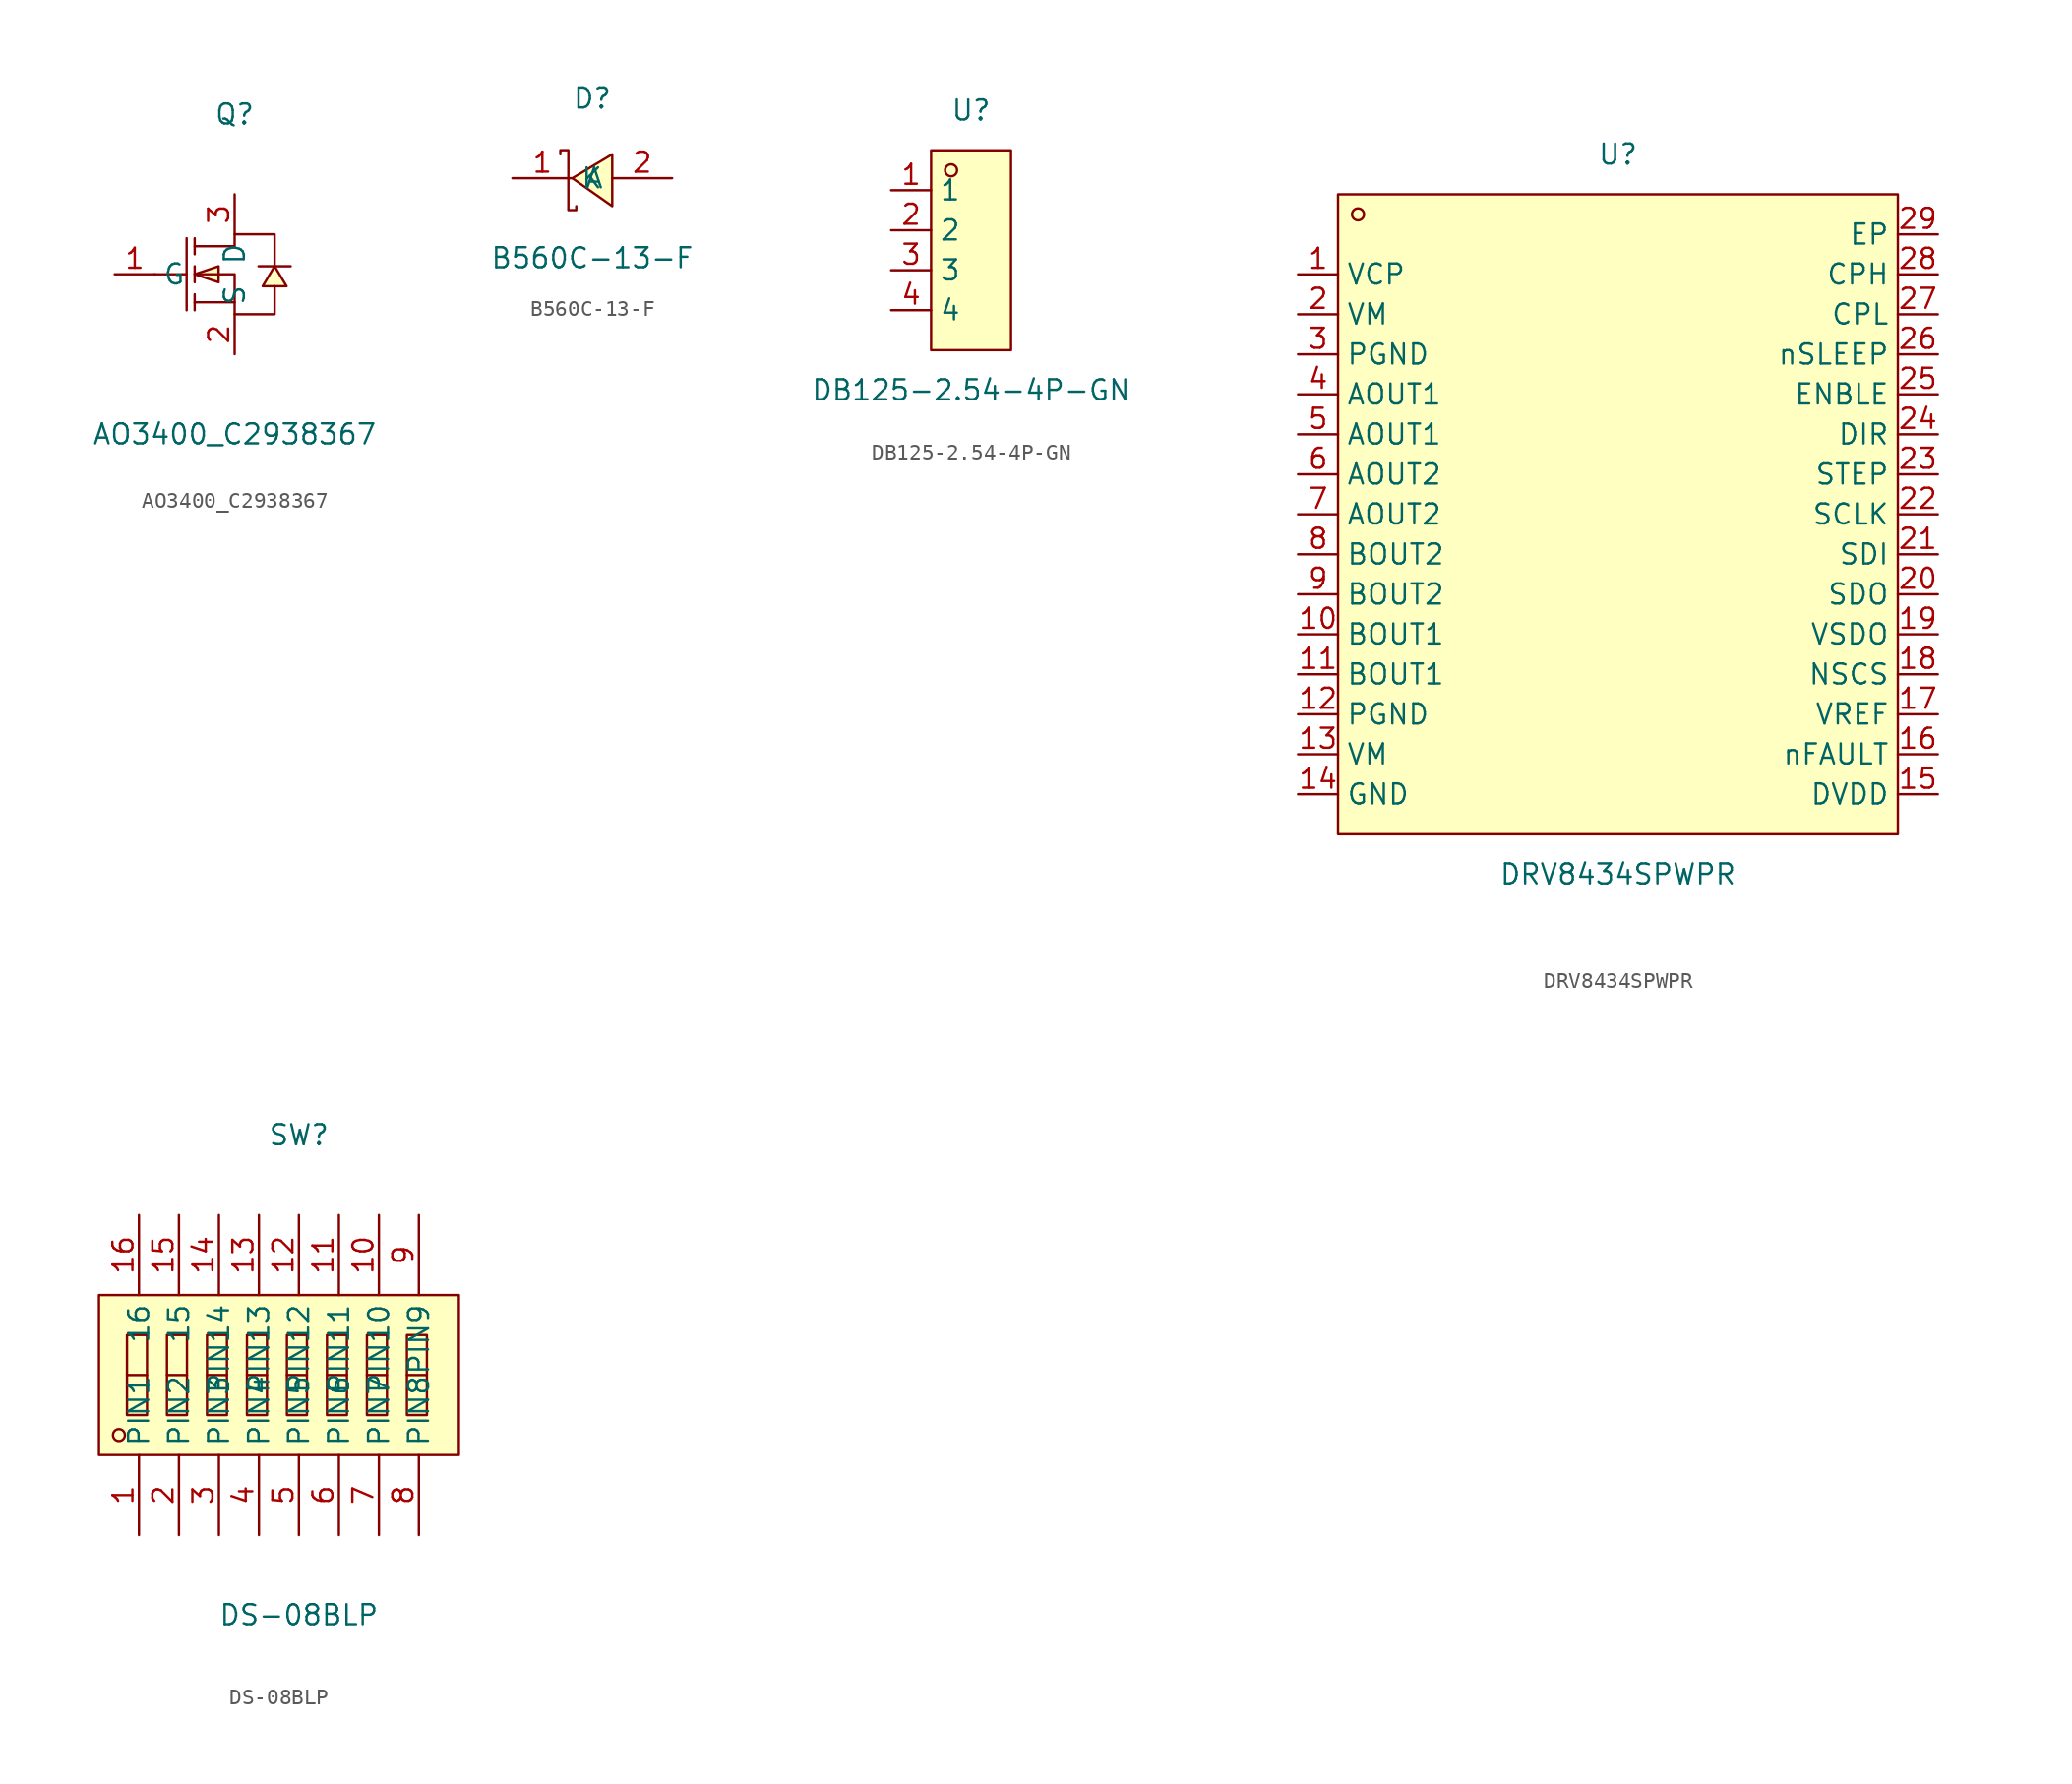
<source format=kicad_sym>
(kicad_symbol_lib
  (version 20211014)
  (generator https://github.com/uPesy/easyeda2kicad.py)
  (symbol "AO3400_C2938367"
    (property "Reference" "Q"
      (at 0 10.16 0)
      (effects (font (size 1.27 1.27))))
    (property "Value" "AO3400_C2938367"
      (at 0 -10.16 0)
      (effects (font (size 1.27 1.27))))
    (symbol "AO3400_C2938367_0_1"
      (polyline (pts (xy 3.56 0.51) (xy 3.05 0.51) (xy 2.03 0.51) (xy 1.52 0.51)) (stroke (width 0) (type default) (color 0 0 0 0)) (fill (type none)))
      (polyline (pts (xy -5.08 -0.00) (xy -3.05 -0.00)) (stroke (width 0) (type default) (color 0 0 0 0)) (fill (type none)))
      (polyline (pts (xy -2.54 -2.29) (xy -2.54 -1.27)) (stroke (width 0) (type default) (color 0 0 0 0)) (fill (type none)))
      (polyline (pts (xy -2.54 -0.51) (xy -2.54 0.51)) (stroke (width 0) (type default) (color 0 0 0 0)) (fill (type none)))
      (polyline (pts (xy -2.54 2.29) (xy -2.54 1.27)) (stroke (width 0) (type default) (color 0 0 0 0)) (fill (type none)))
      (polyline (pts (xy -3.05 2.29) (xy -3.05 -2.29)) (stroke (width 0) (type default) (color 0 0 0 0)) (fill (type none)))
      (polyline (pts (xy 0.00 -1.78) (xy -2.54 -1.78)) (stroke (width 0) (type default) (color 0 0 0 0)) (fill (type none)))
      (polyline (pts (xy -2.54 -0.00) (xy 0.00 -0.00) (xy 0.00 -2.54) (xy 2.54 -2.54) (xy 2.54 -0.76)) (stroke (width 0) (type default) (color 0 0 0 0)) (fill (type none)))
      (polyline (pts (xy -2.54 1.78) (xy 0.00 1.78) (xy 0.00 2.54) (xy 2.54 2.54) (xy 2.54 0.51)) (stroke (width 0) (type default) (color 0 0 0 0)) (fill (type none)))
      (polyline (pts (xy 2.54 0.51) (xy 1.78 -0.76) (xy 3.30 -0.76) (xy 2.54 0.51)) (stroke (width 0) (type default) (color 0 0 0 0)) (fill (type background)))
      (polyline (pts (xy -2.54 -0.00) (xy -1.02 -0.51) (xy -1.02 0.51) (xy -2.54 -0.00)) (stroke (width 0) (type default) (color 0 0 0 0)) (fill (type background)))
      (pin unspecified line (at 0.00 -5.08 90) (length 2.54) (name "S" (effects (font (size 1.27 1.27)))) (number "2" (effects (font (size 1.27 1.27)))))
      (pin unspecified line (at -7.62 -0.00 0) (length 2.54) (name "G" (effects (font (size 1.27 1.27)))) (number "1" (effects (font (size 1.27 1.27)))))
      (pin unspecified line (at 0.00 5.08 270) (length 2.54) (name "D" (effects (font (size 1.27 1.27)))) (number "3" (effects (font (size 1.27 1.27)))))))
  (symbol "B560C-13-F"
    (property "Reference" "D"
      (at 0 5.08 0)
      (effects (font (size 1.27 1.27))))
    (property "Value" "B560C-13-F"
      (at 0 -5.08 0)
      (effects (font (size 1.27 1.27))))
    (symbol "B560C-13-F_0_1"
      (polyline (pts (xy 1.27 1.52) (xy -1.27 -0.00) (xy 1.27 -1.78) (xy 1.27 1.52)) (stroke (width 0) (type default) (color 0 0 0 0)) (fill (type background)))
      (polyline (pts (xy -2.03 1.52) (xy -2.03 1.78) (xy -1.52 1.78) (xy -1.52 -2.03) (xy -1.02 -2.03) (xy -1.02 -1.78)) (stroke (width 0) (type default) (color 0 0 0 0)) (fill (type none)))
      (pin unspecified line (at 5.08 -0.00 180) (length 3.81) (name "A" (effects (font (size 1.27 1.27)))) (number "2" (effects (font (size 1.27 1.27)))))
      (pin unspecified line (at -5.08 -0.00 0) (length 3.81) (name "K" (effects (font (size 1.27 1.27)))) (number "1" (effects (font (size 1.27 1.27)))))))
  (symbol "DB125-2.54-4P-GN"
    (property "Reference" "U"
      (at 0 8.89 0)
      (effects (font (size 1.27 1.27))))
    (property "Value" "DB125-2.54-4P-GN"
      (at 0 -8.89 0)
      (effects (font (size 1.27 1.27))))
    (symbol "DB125-2.54-4P-GN_0_1"
      (rectangle (start -2.54 6.35) (end 2.54 -6.35) (stroke (width 0) (type default) (color 0 0 0 0)) (fill (type background)))
      (circle (center -1.27 5.08) (radius 0.38) (stroke (width 0) (type default) (color 0 0 0 0)) (fill (type none)))
      (pin unspecified line (at -5.08 3.81 0) (length 2.54) (name "1" (effects (font (size 1.27 1.27)))) (number "1" (effects (font (size 1.27 1.27)))))
      (pin unspecified line (at -5.08 1.27 0) (length 2.54) (name "2" (effects (font (size 1.27 1.27)))) (number "2" (effects (font (size 1.27 1.27)))))
      (pin unspecified line (at -5.08 -1.27 0) (length 2.54) (name "3" (effects (font (size 1.27 1.27)))) (number "3" (effects (font (size 1.27 1.27)))))
      (pin unspecified line (at -5.08 -3.81 0) (length 2.54) (name "4" (effects (font (size 1.27 1.27)))) (number "4" (effects (font (size 1.27 1.27)))))))
  (symbol "DRV8434SPWPR"
    (property "Reference" "U"
      (at 0 22.86 0)
      (effects (font (size 1.27 1.27))))
    (property "Value" "DRV8434SPWPR"
      (at 0 -22.86 0)
      (effects (font (size 1.27 1.27))))
    (symbol "DRV8434SPWPR_0_1"
      (rectangle (start -17.78 20.32) (end 17.78 -20.32) (stroke (width 0) (type default) (color 0 0 0 0)) (fill (type background)))
      (circle (center -16.51 19.05) (radius 0.38) (stroke (width 0) (type default) (color 0 0 0 0)) (fill (type none)))
      (pin unspecified line (at 20.32 17.78 180) (length 2.54) (name "EP" (effects (font (size 1.27 1.27)))) (number "29" (effects (font (size 1.27 1.27)))))
      (pin unspecified line (at 20.32 15.24 180) (length 2.54) (name "CPH" (effects (font (size 1.27 1.27)))) (number "28" (effects (font (size 1.27 1.27)))))
      (pin unspecified line (at 20.32 12.70 180) (length 2.54) (name "CPL" (effects (font (size 1.27 1.27)))) (number "27" (effects (font (size 1.27 1.27)))))
      (pin unspecified line (at 20.32 10.16 180) (length 2.54) (name "nSLEEP" (effects (font (size 1.27 1.27)))) (number "26" (effects (font (size 1.27 1.27)))))
      (pin unspecified line (at 20.32 7.62 180) (length 2.54) (name "ENBLE" (effects (font (size 1.27 1.27)))) (number "25" (effects (font (size 1.27 1.27)))))
      (pin unspecified line (at 20.32 5.08 180) (length 2.54) (name "DIR" (effects (font (size 1.27 1.27)))) (number "24" (effects (font (size 1.27 1.27)))))
      (pin unspecified line (at 20.32 2.54 180) (length 2.54) (name "STEP" (effects (font (size 1.27 1.27)))) (number "23" (effects (font (size 1.27 1.27)))))
      (pin unspecified line (at 20.32 -0.00 180) (length 2.54) (name "SCLK" (effects (font (size 1.27 1.27)))) (number "22" (effects (font (size 1.27 1.27)))))
      (pin unspecified line (at 20.32 -2.54 180) (length 2.54) (name "SDI" (effects (font (size 1.27 1.27)))) (number "21" (effects (font (size 1.27 1.27)))))
      (pin unspecified line (at 20.32 -5.08 180) (length 2.54) (name "SDO" (effects (font (size 1.27 1.27)))) (number "20" (effects (font (size 1.27 1.27)))))
      (pin unspecified line (at 20.32 -7.62 180) (length 2.54) (name "VSDO" (effects (font (size 1.27 1.27)))) (number "19" (effects (font (size 1.27 1.27)))))
      (pin unspecified line (at 20.32 -10.16 180) (length 2.54) (name "NSCS" (effects (font (size 1.27 1.27)))) (number "18" (effects (font (size 1.27 1.27)))))
      (pin unspecified line (at 20.32 -12.70 180) (length 2.54) (name "VREF" (effects (font (size 1.27 1.27)))) (number "17" (effects (font (size 1.27 1.27)))))
      (pin unspecified line (at 20.32 -15.24 180) (length 2.54) (name "nFAULT" (effects (font (size 1.27 1.27)))) (number "16" (effects (font (size 1.27 1.27)))))
      (pin unspecified line (at 20.32 -17.78 180) (length 2.54) (name "DVDD" (effects (font (size 1.27 1.27)))) (number "15" (effects (font (size 1.27 1.27)))))
      (pin unspecified line (at -20.32 -17.78 0) (length 2.54) (name "GND" (effects (font (size 1.27 1.27)))) (number "14" (effects (font (size 1.27 1.27)))))
      (pin unspecified line (at -20.32 -15.24 0) (length 2.54) (name "VM" (effects (font (size 1.27 1.27)))) (number "13" (effects (font (size 1.27 1.27)))))
      (pin unspecified line (at -20.32 -12.70 0) (length 2.54) (name "PGND" (effects (font (size 1.27 1.27)))) (number "12" (effects (font (size 1.27 1.27)))))
      (pin unspecified line (at -20.32 -10.16 0) (length 2.54) (name "BOUT1" (effects (font (size 1.27 1.27)))) (number "11" (effects (font (size 1.27 1.27)))))
      (pin unspecified line (at -20.32 -7.62 0) (length 2.54) (name "BOUT1" (effects (font (size 1.27 1.27)))) (number "10" (effects (font (size 1.27 1.27)))))
      (pin unspecified line (at -20.32 -5.08 0) (length 2.54) (name "BOUT2" (effects (font (size 1.27 1.27)))) (number "9" (effects (font (size 1.27 1.27)))))
      (pin unspecified line (at -20.32 -2.54 0) (length 2.54) (name "BOUT2" (effects (font (size 1.27 1.27)))) (number "8" (effects (font (size 1.27 1.27)))))
      (pin unspecified line (at -20.32 -0.00 0) (length 2.54) (name "AOUT2" (effects (font (size 1.27 1.27)))) (number "7" (effects (font (size 1.27 1.27)))))
      (pin unspecified line (at -20.32 2.54 0) (length 2.54) (name "AOUT2" (effects (font (size 1.27 1.27)))) (number "6" (effects (font (size 1.27 1.27)))))
      (pin unspecified line (at -20.32 5.08 0) (length 2.54) (name "AOUT1" (effects (font (size 1.27 1.27)))) (number "5" (effects (font (size 1.27 1.27)))))
      (pin unspecified line (at -20.32 7.62 0) (length 2.54) (name "AOUT1" (effects (font (size 1.27 1.27)))) (number "4" (effects (font (size 1.27 1.27)))))
      (pin unspecified line (at -20.32 10.16 0) (length 2.54) (name "PGND" (effects (font (size 1.27 1.27)))) (number "3" (effects (font (size 1.27 1.27)))))
      (pin unspecified line (at -20.32 12.70 0) (length 2.54) (name "VM" (effects (font (size 1.27 1.27)))) (number "2" (effects (font (size 1.27 1.27)))))
      (pin unspecified line (at -20.32 15.24 0) (length 2.54) (name "VCP" (effects (font (size 1.27 1.27)))) (number "1" (effects (font (size 1.27 1.27)))))))
  (symbol "DS-08BLP"
    (property "Reference" "SW"
      (at 0 15.24 0)
      (effects (font (size 1.27 1.27))))
    (property "Value" "DS-08BLP"
      (at 0 -15.24 0)
      (effects (font (size 1.27 1.27))))
    (symbol "DS-08BLP_0_1"
      (rectangle (start -12.70 5.08) (end 10.16 -5.08) (stroke (width 0) (type default) (color 0 0 0 0)) (fill (type background)))
      (rectangle (start -8.38 2.54) (end -7.11 -2.54) (stroke (width 0) (type default) (color 0 0 0 0)) (fill (type background)))
      (rectangle (start -5.84 2.54) (end -4.57 -2.54) (stroke (width 0) (type default) (color 0 0 0 0)) (fill (type background)))
      (rectangle (start -10.92 2.54) (end -9.65 -2.54) (stroke (width 0) (type default) (color 0 0 0 0)) (fill (type background)))
      (rectangle (start -3.30 2.54) (end -2.03 -2.54) (stroke (width 0) (type default) (color 0 0 0 0)) (fill (type background)))
      (rectangle (start -0.76 2.54) (end 0.51 -2.54) (stroke (width 0) (type default) (color 0 0 0 0)) (fill (type background)))
      (rectangle (start 1.78 2.54) (end 3.05 -2.54) (stroke (width 0) (type default) (color 0 0 0 0)) (fill (type background)))
      (rectangle (start 4.32 2.54) (end 5.59 -2.54) (stroke (width 0) (type default) (color 0 0 0 0)) (fill (type background)))
      (rectangle (start 6.86 2.54) (end 8.13 -2.54) (stroke (width 0) (type default) (color 0 0 0 0)) (fill (type background)))
      (circle (center -11.43 -3.81) (radius 0.38) (stroke (width 0) (type default) (color 0 0 0 0)) (fill (type none)))
      (polyline (pts (xy -8.38 -0.00) (xy -7.11 -0.00)) (stroke (width 0) (type default) (color 0 0 0 0)) (fill (type none)))
      (polyline (pts (xy -5.84 -0.00) (xy -4.57 -0.00)) (stroke (width 0) (type default) (color 0 0 0 0)) (fill (type none)))
      (polyline (pts (xy -10.92 -0.00) (xy -9.65 -0.00)) (stroke (width 0) (type default) (color 0 0 0 0)) (fill (type none)))
      (polyline (pts (xy -3.30 -0.00) (xy -2.03 -0.00)) (stroke (width 0) (type default) (color 0 0 0 0)) (fill (type none)))
      (polyline (pts (xy -0.76 -0.00) (xy 0.51 -0.00)) (stroke (width 0) (type default) (color 0 0 0 0)) (fill (type none)))
      (polyline (pts (xy 1.78 -0.00) (xy 3.05 -0.00)) (stroke (width 0) (type default) (color 0 0 0 0)) (fill (type none)))
      (polyline (pts (xy 4.32 -0.00) (xy 5.59 -0.00)) (stroke (width 0) (type default) (color 0 0 0 0)) (fill (type none)))
      (polyline (pts (xy 6.86 -0.00) (xy 8.13 -0.00)) (stroke (width 0) (type default) (color 0 0 0 0)) (fill (type none)))
      (pin unspecified line (at -10.16 -10.16 90) (length 5.08) (name "PIN1" (effects (font (size 1.27 1.27)))) (number "1" (effects (font (size 1.27 1.27)))))
      (pin unspecified line (at -7.62 -10.16 90) (length 5.08) (name "PIN2" (effects (font (size 1.27 1.27)))) (number "2" (effects (font (size 1.27 1.27)))))
      (pin unspecified line (at -5.08 -10.16 90) (length 5.08) (name "PIN3" (effects (font (size 1.27 1.27)))) (number "3" (effects (font (size 1.27 1.27)))))
      (pin unspecified line (at -2.54 -10.16 90) (length 5.08) (name "PIN4" (effects (font (size 1.27 1.27)))) (number "4" (effects (font (size 1.27 1.27)))))
      (pin unspecified line (at 0.00 -10.16 90) (length 5.08) (name "PIN5" (effects (font (size 1.27 1.27)))) (number "5" (effects (font (size 1.27 1.27)))))
      (pin unspecified line (at 2.54 -10.16 90) (length 5.08) (name "PIN6" (effects (font (size 1.27 1.27)))) (number "6" (effects (font (size 1.27 1.27)))))
      (pin unspecified line (at 5.08 -10.16 90) (length 5.08) (name "PIN7" (effects (font (size 1.27 1.27)))) (number "7" (effects (font (size 1.27 1.27)))))
      (pin unspecified line (at 7.62 -10.16 90) (length 5.08) (name "PIN8" (effects (font (size 1.27 1.27)))) (number "8" (effects (font (size 1.27 1.27)))))
      (pin unspecified line (at 7.62 10.16 270) (length 5.08) (name "PIN9" (effects (font (size 1.27 1.27)))) (number "9" (effects (font (size 1.27 1.27)))))
      (pin unspecified line (at 5.08 10.16 270) (length 5.08) (name "PIN10" (effects (font (size 1.27 1.27)))) (number "10" (effects (font (size 1.27 1.27)))))
      (pin unspecified line (at 2.54 10.16 270) (length 5.08) (name "PIN11" (effects (font (size 1.27 1.27)))) (number "11" (effects (font (size 1.27 1.27)))))
      (pin unspecified line (at 0.00 10.16 270) (length 5.08) (name "PIN12" (effects (font (size 1.27 1.27)))) (number "12" (effects (font (size 1.27 1.27)))))
      (pin unspecified line (at -2.54 10.16 270) (length 5.08) (name "PIN13" (effects (font (size 1.27 1.27)))) (number "13" (effects (font (size 1.27 1.27)))))
      (pin unspecified line (at -5.08 10.16 270) (length 5.08) (name "PIN14" (effects (font (size 1.27 1.27)))) (number "14" (effects (font (size 1.27 1.27)))))
      (pin unspecified line (at -7.62 10.16 270) (length 5.08) (name "15" (effects (font (size 1.27 1.27)))) (number "15" (effects (font (size 1.27 1.27)))))
      (pin unspecified line (at -10.16 10.16 270) (length 5.08) (name "16" (effects (font (size 1.27 1.27)))) (number "16" (effects (font (size 1.27 1.27))))))))
</source>
